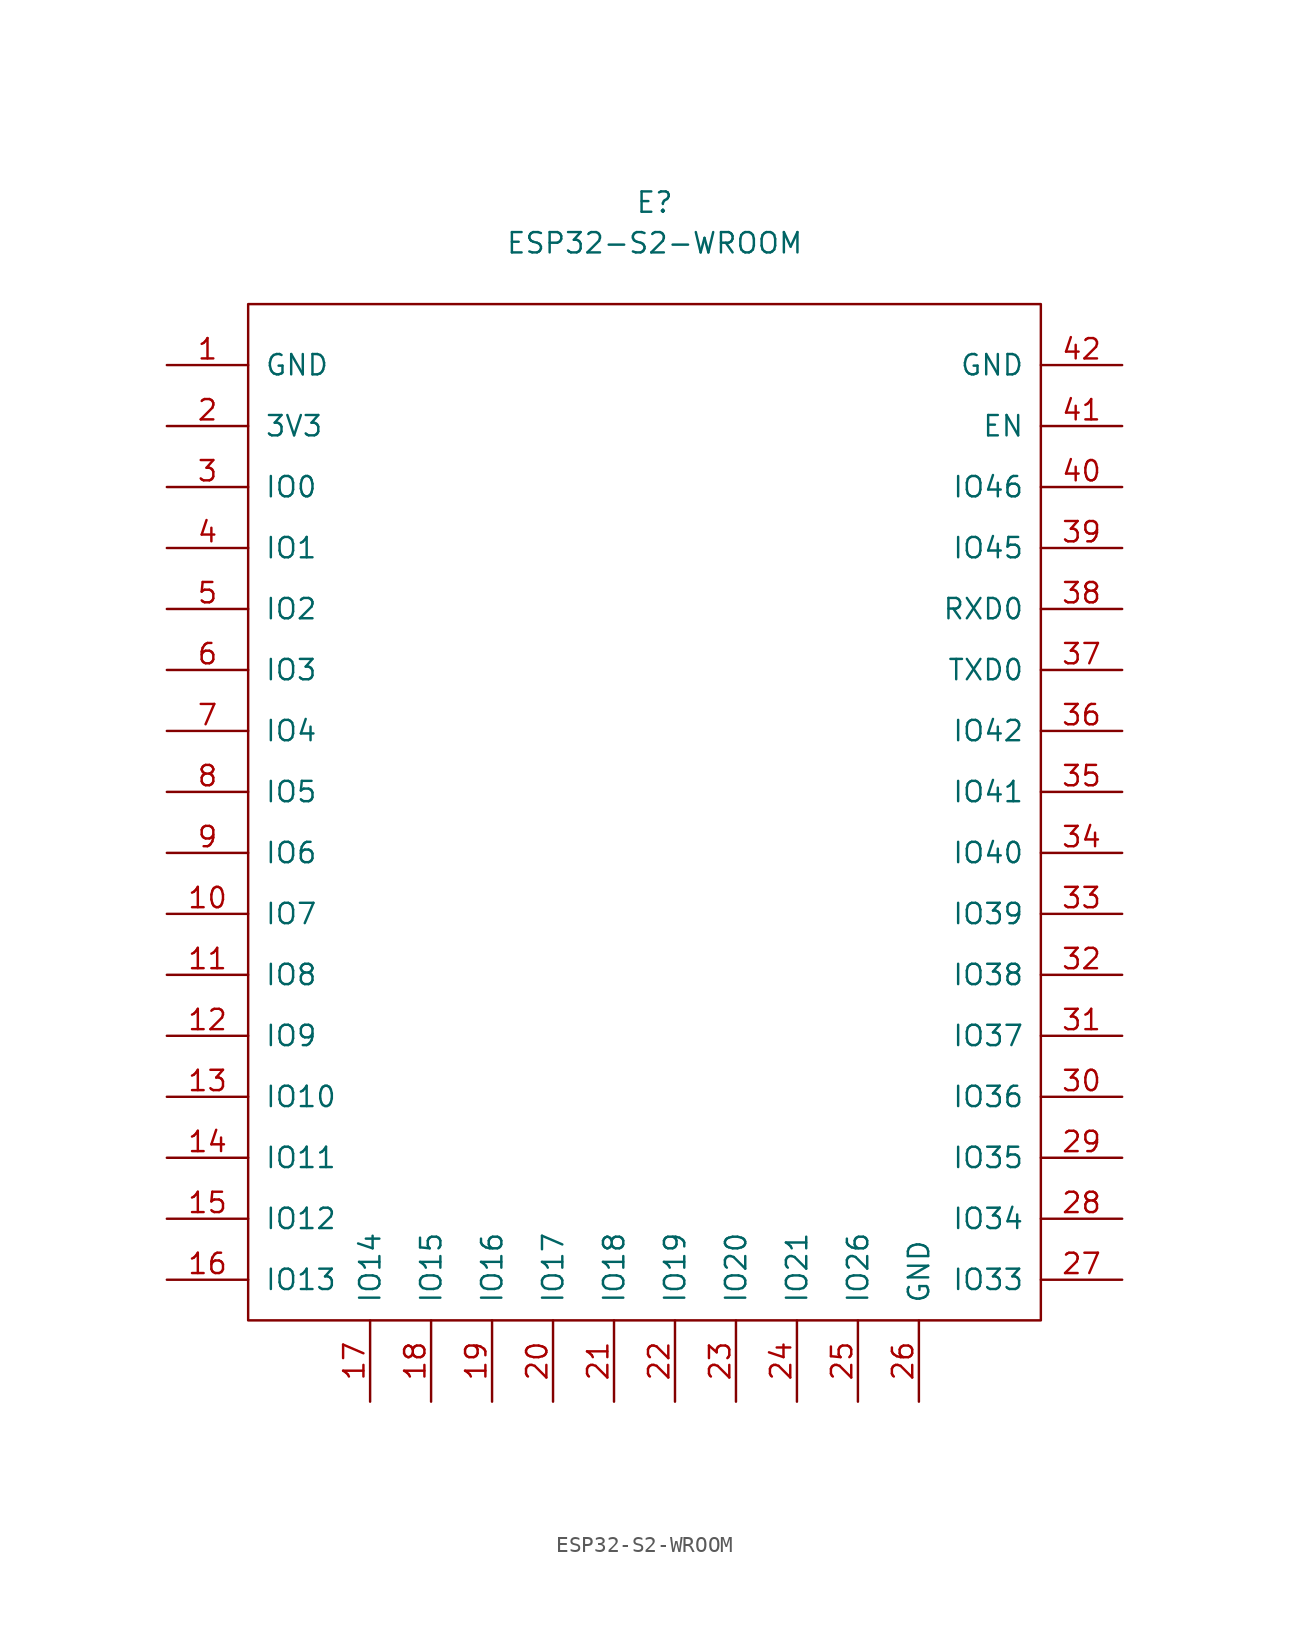
<source format=kicad_sym>
(kicad_symbol_lib
  (version 20211014)
  (generator kicad_symbol_editor)
  (symbol "ESP32-S2-WROOM"
    (pin_names
      (offset 1.016))
    (property "Reference" "E"
      (at 0 38.1 0)
      (effects (font (size 1.27 1.27))))
    (property "Value" "ESP32-S2-WROOM"
      (at 0 35.56 0)
      (effects (font (size 1.27 1.27))))
    (symbol "ESP32-S2-WROOM_0_0"
      (pin power_in line (at -30.48 27.94 0) (length 5.08) (name "GND" (effects (font (size 1.27 1.27)))) (number "1" (effects (font (size 1.27 1.27)))))
      (pin bidirectional line (at -30.48 -6.35 0) (length 5.08) (name "IO7" (effects (font (size 1.27 1.27)))) (number "10" (effects (font (size 1.27 1.27)))))
      (pin bidirectional line (at -30.48 -10.16 0) (length 5.08) (name "IO8" (effects (font (size 1.27 1.27)))) (number "11" (effects (font (size 1.27 1.27)))))
      (pin bidirectional line (at -30.48 -13.97 0) (length 5.08) (name "IO9" (effects (font (size 1.27 1.27)))) (number "12" (effects (font (size 1.27 1.27)))))
      (pin bidirectional line (at -30.48 -17.78 0) (length 5.08) (name "IO10" (effects (font (size 1.27 1.27)))) (number "13" (effects (font (size 1.27 1.27)))))
      (pin bidirectional line (at -30.48 -21.59 0) (length 5.08) (name "IO11" (effects (font (size 1.27 1.27)))) (number "14" (effects (font (size 1.27 1.27)))))
      (pin bidirectional line (at -30.48 -25.4 0) (length 5.08) (name "IO12" (effects (font (size 1.27 1.27)))) (number "15" (effects (font (size 1.27 1.27)))))
      (pin bidirectional line (at -30.48 -29.21 0) (length 5.08) (name "IO13" (effects (font (size 1.27 1.27)))) (number "16" (effects (font (size 1.27 1.27)))))
      (pin bidirectional line (at -17.78 -36.83 90) (length 5.08) (name "IO14" (effects (font (size 1.27 1.27)))) (number "17" (effects (font (size 1.27 1.27)))))
      (pin bidirectional line (at -13.97 -36.83 90) (length 5.08) (name "IO15" (effects (font (size 1.27 1.27)))) (number "18" (effects (font (size 1.27 1.27)))))
      (pin bidirectional line (at -10.16 -36.83 90) (length 5.08) (name "IO16" (effects (font (size 1.27 1.27)))) (number "19" (effects (font (size 1.27 1.27)))))
      (pin power_in line (at -30.48 24.13 0) (length 5.08) (name "3V3" (effects (font (size 1.27 1.27)))) (number "2" (effects (font (size 1.27 1.27)))))
      (pin bidirectional line (at -6.35 -36.83 90) (length 5.08) (name "IO17" (effects (font (size 1.27 1.27)))) (number "20" (effects (font (size 1.27 1.27)))))
      (pin bidirectional line (at -2.54 -36.83 90) (length 5.08) (name "IO18" (effects (font (size 1.27 1.27)))) (number "21" (effects (font (size 1.27 1.27)))))
      (pin bidirectional line (at 1.27 -36.83 90) (length 5.08) (name "IO19" (effects (font (size 1.27 1.27)))) (number "22" (effects (font (size 1.27 1.27)))))
      (pin bidirectional line (at 5.08 -36.83 90) (length 5.08) (name "IO20" (effects (font (size 1.27 1.27)))) (number "23" (effects (font (size 1.27 1.27)))))
      (pin bidirectional line (at 8.89 -36.83 90) (length 5.08) (name "IO21" (effects (font (size 1.27 1.27)))) (number "24" (effects (font (size 1.27 1.27)))))
      (pin bidirectional line (at 12.7 -36.83 90) (length 5.08) (name "IO26" (effects (font (size 1.27 1.27)))) (number "25" (effects (font (size 1.27 1.27)))))
      (pin power_in line (at 16.51 -36.83 90) (length 5.08) (name "GND" (effects (font (size 1.27 1.27)))) (number "26" (effects (font (size 1.27 1.27)))))
      (pin bidirectional line (at 29.21 -29.21 180) (length 5.08) (name "IO33" (effects (font (size 1.27 1.27)))) (number "27" (effects (font (size 1.27 1.27)))))
      (pin bidirectional line (at 29.21 -25.4 180) (length 5.08) (name "IO34" (effects (font (size 1.27 1.27)))) (number "28" (effects (font (size 1.27 1.27)))))
      (pin bidirectional line (at 29.21 -21.59 180) (length 5.08) (name "IO35" (effects (font (size 1.27 1.27)))) (number "29" (effects (font (size 1.27 1.27)))))
      (pin bidirectional line (at -30.48 20.32 0) (length 5.08) (name "IO0" (effects (font (size 1.27 1.27)))) (number "3" (effects (font (size 1.27 1.27)))))
      (pin bidirectional line (at 29.21 -17.78 180) (length 5.08) (name "IO36" (effects (font (size 1.27 1.27)))) (number "30" (effects (font (size 1.27 1.27)))))
      (pin bidirectional line (at 29.21 -13.97 180) (length 5.08) (name "IO37" (effects (font (size 1.27 1.27)))) (number "31" (effects (font (size 1.27 1.27)))))
      (pin bidirectional line (at 29.21 -10.16 180) (length 5.08) (name "IO38" (effects (font (size 1.27 1.27)))) (number "32" (effects (font (size 1.27 1.27)))))
      (pin bidirectional line (at 29.21 -6.35 180) (length 5.08) (name "IO39" (effects (font (size 1.27 1.27)))) (number "33" (effects (font (size 1.27 1.27)))))
      (pin bidirectional line (at 29.21 -2.54 180) (length 5.08) (name "IO40" (effects (font (size 1.27 1.27)))) (number "34" (effects (font (size 1.27 1.27)))))
      (pin bidirectional line (at 29.21 1.27 180) (length 5.08) (name "IO41" (effects (font (size 1.27 1.27)))) (number "35" (effects (font (size 1.27 1.27)))))
      (pin bidirectional line (at 29.21 5.08 180) (length 5.08) (name "IO42" (effects (font (size 1.27 1.27)))) (number "36" (effects (font (size 1.27 1.27)))))
      (pin output line (at 29.21 8.89 180) (length 5.08) (name "TXD0" (effects (font (size 1.27 1.27)))) (number "37" (effects (font (size 1.27 1.27)))))
      (pin input line (at 29.21 12.7 180) (length 5.08) (name "RXD0" (effects (font (size 1.27 1.27)))) (number "38" (effects (font (size 1.27 1.27)))))
      (pin bidirectional line (at 29.21 16.51 180) (length 5.08) (name "IO45" (effects (font (size 1.27 1.27)))) (number "39" (effects (font (size 1.27 1.27)))))
      (pin bidirectional line (at -30.48 16.51 0) (length 5.08) (name "IO1" (effects (font (size 1.27 1.27)))) (number "4" (effects (font (size 1.27 1.27)))))
      (pin bidirectional line (at 29.21 20.32 180) (length 5.08) (name "IO46" (effects (font (size 1.27 1.27)))) (number "40" (effects (font (size 1.27 1.27)))))
      (pin input line (at 29.21 24.13 180) (length 5.08) (name "EN" (effects (font (size 1.27 1.27)))) (number "41" (effects (font (size 1.27 1.27)))))
      (pin power_in line (at 29.21 27.94 180) (length 5.08) (name "GND" (effects (font (size 1.27 1.27)))) (number "42" (effects (font (size 1.27 1.27)))))
      (pin bidirectional line (at -30.48 12.7 0) (length 5.08) (name "IO2" (effects (font (size 1.27 1.27)))) (number "5" (effects (font (size 1.27 1.27)))))
      (pin bidirectional line (at -30.48 8.89 0) (length 5.08) (name "IO3" (effects (font (size 1.27 1.27)))) (number "6" (effects (font (size 1.27 1.27)))))
      (pin bidirectional line (at -30.48 5.08 0) (length 5.08) (name "IO4" (effects (font (size 1.27 1.27)))) (number "7" (effects (font (size 1.27 1.27)))))
      (pin bidirectional line (at -30.48 1.27 0) (length 5.08) (name "IO5" (effects (font (size 1.27 1.27)))) (number "8" (effects (font (size 1.27 1.27)))))
      (pin bidirectional line (at -30.48 -2.54 0) (length 5.08) (name "IO6" (effects (font (size 1.27 1.27)))) (number "9" (effects (font (size 1.27 1.27))))))
    (symbol "ESP32-S2-WROOM_0_1"
      (rectangle (start -25.4 31.75) (end 24.13 -31.75) (stroke (width 0) (type default) (color 0 0 0 0)) (fill (type none))))))
</source>
